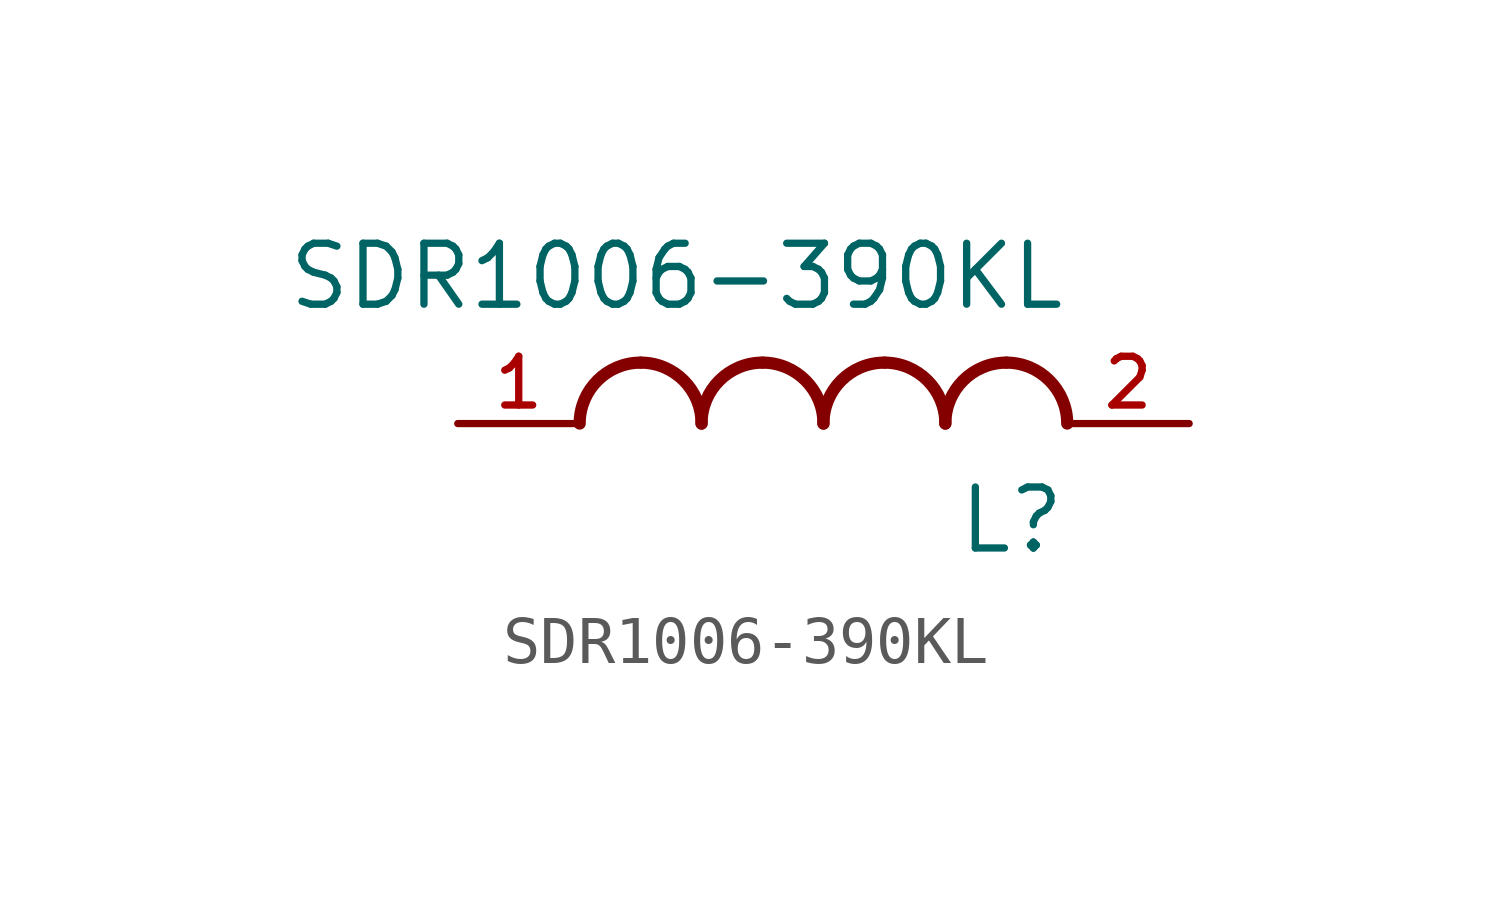
<source format=kicad_sym>
(kicad_symbol_lib
  (version 20211014)
  (generator kicad_symbol_editor)
  (symbol "SDR1006-390KL"
    (pin_names
      (offset 1.016))
    (property "Reference" "L"
      (at 5.08 -1.27 0.0)
      (effects (font (size 1.27 1.27)) (justify top right)))
    (property "Value" "SDR1006-390KL"
      (at 5.08 3.81 0.0)
      (effects (font (size 1.27 1.27)) (justify top right)))
    (symbol "SDR1006-390KL_0_0"
      (arc (start -3.81 1.27) (mid -4.708 0.898) (end -5.08 0.0) (stroke (width 0.254) (type default) (color 0 0 0 0)) (fill (type none)))
      (arc (start -3.81 1.27) (mid -2.912 0.898) (end -2.54 0.0) (stroke (width 0.254) (type default) (color 0 0 0 0)) (fill (type none)))
      (arc (start -1.27 1.27) (mid -2.168 0.898) (end -2.54 0.0) (stroke (width 0.254) (type default) (color 0 0 0 0)) (fill (type none)))
      (arc (start -1.27 1.27) (mid -0.372 0.898) (end 0.0 0.0) (stroke (width 0.254) (type default) (color 0 0 0 0)) (fill (type none)))
      (arc (start 1.27 1.27) (mid 0.372 0.898) (end 0.0 0.0) (stroke (width 0.254) (type default) (color 0 0 0 0)) (fill (type none)))
      (arc (start 1.27 1.27) (mid 2.168 0.898) (end 2.54 0.0) (stroke (width 0.254) (type default) (color 0 0 0 0)) (fill (type none)))
      (arc (start 3.81 1.27) (mid 2.912 0.898) (end 2.54 0.0) (stroke (width 0.254) (type default) (color 0 0 0 0)) (fill (type none)))
      (arc (start 3.81 1.27) (mid 4.708 0.898) (end 5.08 0.0) (stroke (width 0.254) (type default) (color 0 0 0 0)) (fill (type none)))
      (pin passive line (at 7.62 0.0 180.0) (length 2.54) (name "~" (effects (font (size 1.016 1.016)))) (number "2" (effects (font (size 1.016 1.016)))))
      (pin passive line (at -7.62 0.0 0) (length 2.54) (name "~" (effects (font (size 1.016 1.016)))) (number "1" (effects (font (size 1.016 1.016))))))))
</source>
